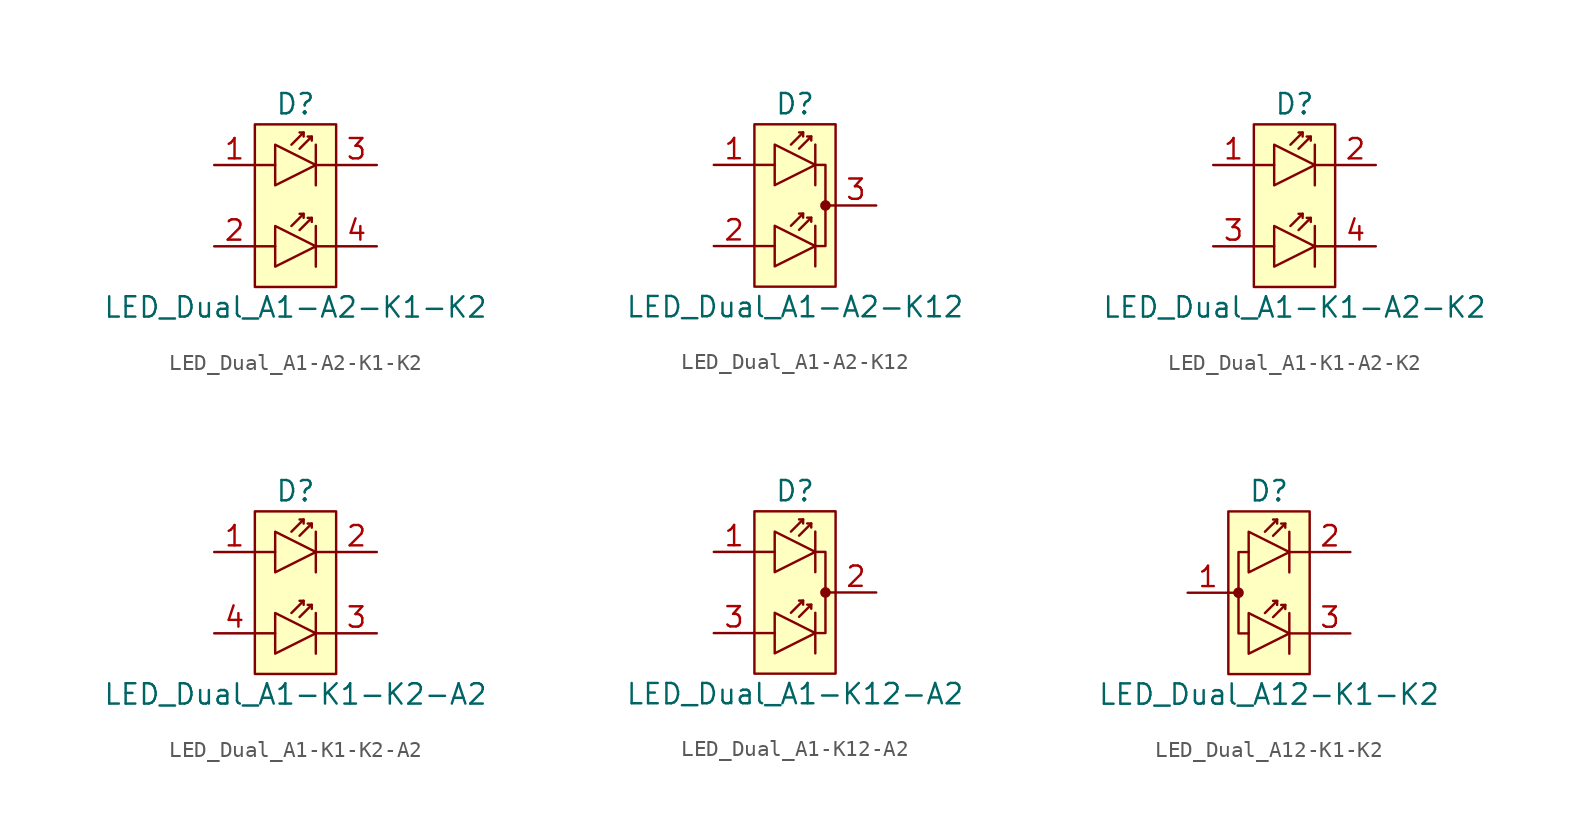
<source format=kicad_sym>
(kicad_symbol_lib
  (version 20220914)
  (generator kicad_symbol_editor)
  (symbol "LED_Dual_A1-A2-K1-K2"
    (pin_names hide)
    (property "Reference" "D"
      (at 0 6.35 0)
      (effects (font (size 1.27 1.27))))
    (property "Value" "LED_Dual_A1-A2-K1-K2"
      (at 0 -6.35 0)
      (effects (font (size 1.27 1.27))))
    (symbol "LED_Dual_A1-A2-K1-K2_1_1"
      (rectangle (start -2.54 5.08) (end 2.54 -5.08) (stroke (width 0) (type default)) (fill (type background)))
      (polyline (pts (xy -2.54 -2.54) (xy -1.27 -2.54)) (stroke (width 0) (type default)) (fill (type none)))
      (polyline (pts (xy -2.54 2.54) (xy -1.27 2.54)) (stroke (width 0) (type default)) (fill (type none)))
      (polyline (pts (xy -0.254 -1.27) (xy 0.508 -0.508)) (stroke (width 0) (type default)) (fill (type none)))
      (polyline (pts (xy -0.254 3.81) (xy 0.508 4.572)) (stroke (width 0) (type default)) (fill (type none)))
      (polyline (pts (xy 1.016 -0.762) (xy 0.254 -1.524)) (stroke (width 0) (type default)) (fill (type none)))
      (polyline (pts (xy 1.016 4.318) (xy 0.254 3.556)) (stroke (width 0) (type default)) (fill (type none)))
      (polyline (pts (xy 1.27 -2.54) (xy 2.54 -2.54)) (stroke (width 0) (type default)) (fill (type none)))
      (polyline (pts (xy 1.27 -1.27) (xy 1.27 -3.81)) (stroke (width 0) (type default)) (fill (type none)))
      (polyline (pts (xy 1.27 2.54) (xy 2.54 2.54)) (stroke (width 0) (type default)) (fill (type none)))
      (polyline (pts (xy 1.27 3.81) (xy 1.27 1.27)) (stroke (width 0) (type default)) (fill (type none)))
      (polyline (pts (xy 0.508 -0.762) (xy 0.508 -0.508) (xy 0.254 -0.508)) (stroke (width 0) (type default)) (fill (type none)))
      (polyline (pts (xy 0.508 4.318) (xy 0.508 4.572) (xy 0.254 4.572)) (stroke (width 0) (type default)) (fill (type none)))
      (polyline (pts (xy 0.762 -0.762) (xy 1.016 -0.762) (xy 1.016 -1.016)) (stroke (width 0) (type default)) (fill (type none)))
      (polyline (pts (xy 0.762 4.318) (xy 1.016 4.318) (xy 1.016 4.064)) (stroke (width 0) (type default)) (fill (type none)))
      (polyline (pts (xy 1.27 -2.54) (xy -1.27 -1.27) (xy -1.27 -3.81) (xy 1.27 -2.54)) (stroke (width 0) (type default)) (fill (type background)))
      (polyline (pts (xy 1.27 2.54) (xy -1.27 3.81) (xy -1.27 1.27) (xy 1.27 2.54)) (stroke (width 0) (type default)) (fill (type background)))
      (pin passive line (at -5.08 2.54 0) (length 2.54) (name "A" (effects (font (size 1.27 1.27)))) (number "1" (effects (font (size 1.27 1.27)))))
      (pin passive line (at -5.08 -2.54 0) (length 2.54) (name "A" (effects (font (size 1.27 1.27)))) (number "2" (effects (font (size 1.27 1.27)))))
      (pin passive line (at 5.08 2.54 180) (length 2.54) (name "K" (effects (font (size 1.27 1.27)))) (number "3" (effects (font (size 1.27 1.27)))))
      (pin passive line (at 5.08 -2.54 180) (length 2.54) (name "K" (effects (font (size 1.27 1.27)))) (number "4" (effects (font (size 1.27 1.27)))))))
  (symbol "LED_Dual_A1-A2-K12"
    (pin_names hide)
    (property "Reference" "D"
      (at 0 6.35 0)
      (effects (font (size 1.27 1.27))))
    (property "Value" "LED_Dual_A1-A2-K12"
      (at 0 -6.35 0)
      (effects (font (size 1.27 1.27))))
    (symbol "LED_Dual_A1-A2-K12_1_1"
      (rectangle (start -2.54 5.08) (end 2.54 -5.08) (stroke (width 0) (type default)) (fill (type background)))
      (polyline (pts (xy -2.54 -2.54) (xy -1.27 -2.54)) (stroke (width 0) (type default)) (fill (type none)))
      (polyline (pts (xy -2.54 2.54) (xy -1.27 2.54)) (stroke (width 0) (type default)) (fill (type none)))
      (polyline (pts (xy -0.254 -1.27) (xy 0.508 -0.508)) (stroke (width 0) (type default)) (fill (type none)))
      (polyline (pts (xy -0.254 3.81) (xy 0.508 4.572)) (stroke (width 0) (type default)) (fill (type none)))
      (polyline (pts (xy 1.016 -0.762) (xy 0.254 -1.524)) (stroke (width 0) (type default)) (fill (type none)))
      (polyline (pts (xy 1.016 4.318) (xy 0.254 3.556)) (stroke (width 0) (type default)) (fill (type none)))
      (polyline (pts (xy 1.27 -1.27) (xy 1.27 -3.81)) (stroke (width 0) (type default)) (fill (type none)))
      (polyline (pts (xy 1.27 3.81) (xy 1.27 1.27)) (stroke (width 0) (type default)) (fill (type none)))
      (polyline (pts (xy 2.54 0) (xy 1.905 0)) (stroke (width 0) (type default)) (fill (type none)))
      (polyline (pts (xy 0.508 -0.762) (xy 0.508 -0.508) (xy 0.254 -0.508)) (stroke (width 0) (type default)) (fill (type none)))
      (polyline (pts (xy 0.508 4.318) (xy 0.508 4.572) (xy 0.254 4.572)) (stroke (width 0) (type default)) (fill (type none)))
      (polyline (pts (xy 0.762 -0.762) (xy 1.016 -0.762) (xy 1.016 -1.016)) (stroke (width 0) (type default)) (fill (type none)))
      (polyline (pts (xy 0.762 4.318) (xy 1.016 4.318) (xy 1.016 4.064)) (stroke (width 0) (type default)) (fill (type none)))
      (polyline (pts (xy 1.27 -2.54) (xy -1.27 -1.27) (xy -1.27 -3.81) (xy 1.27 -2.54)) (stroke (width 0) (type default)) (fill (type background)))
      (polyline (pts (xy 1.27 2.54) (xy -1.27 3.81) (xy -1.27 1.27) (xy 1.27 2.54)) (stroke (width 0) (type default)) (fill (type background)))
      (polyline (pts (xy 1.27 2.54) (xy 1.905 2.54) (xy 1.905 -2.54) (xy 1.27 -2.54)) (stroke (width 0) (type default)) (fill (type none)))
      (circle (center 1.905 0) (radius 0.254) (stroke (width 0) (type default)) (fill (type outline)))
      (pin passive line (at -5.08 2.54 0) (length 2.54) (name "A" (effects (font (size 1.27 1.27)))) (number "1" (effects (font (size 1.27 1.27)))))
      (pin passive line (at -5.08 -2.54 0) (length 2.54) (name "A" (effects (font (size 1.27 1.27)))) (number "2" (effects (font (size 1.27 1.27)))))
      (pin passive line (at 5.08 0 180) (length 2.54) (name "K" (effects (font (size 1.27 1.27)))) (number "3" (effects (font (size 1.27 1.27)))))))
  (symbol "LED_Dual_A1-K1-A2-K2"
    (pin_names hide)
    (property "Reference" "D"
      (at 0 6.35 0)
      (effects (font (size 1.27 1.27))))
    (property "Value" "LED_Dual_A1-K1-A2-K2"
      (at 0 -6.35 0)
      (effects (font (size 1.27 1.27))))
    (symbol "LED_Dual_A1-K1-A2-K2_1_1"
      (rectangle (start -2.54 5.08) (end 2.54 -5.08) (stroke (width 0) (type default)) (fill (type background)))
      (polyline (pts (xy -2.54 -2.54) (xy -1.27 -2.54)) (stroke (width 0) (type default)) (fill (type none)))
      (polyline (pts (xy -2.54 2.54) (xy -1.27 2.54)) (stroke (width 0) (type default)) (fill (type none)))
      (polyline (pts (xy -0.254 -1.27) (xy 0.508 -0.508)) (stroke (width 0) (type default)) (fill (type none)))
      (polyline (pts (xy -0.254 3.81) (xy 0.508 4.572)) (stroke (width 0) (type default)) (fill (type none)))
      (polyline (pts (xy 1.016 -0.762) (xy 0.254 -1.524)) (stroke (width 0) (type default)) (fill (type none)))
      (polyline (pts (xy 1.016 4.318) (xy 0.254 3.556)) (stroke (width 0) (type default)) (fill (type none)))
      (polyline (pts (xy 1.27 -2.54) (xy 2.54 -2.54)) (stroke (width 0) (type default)) (fill (type none)))
      (polyline (pts (xy 1.27 -1.27) (xy 1.27 -3.81)) (stroke (width 0) (type default)) (fill (type none)))
      (polyline (pts (xy 1.27 2.54) (xy 2.54 2.54)) (stroke (width 0) (type default)) (fill (type none)))
      (polyline (pts (xy 1.27 3.81) (xy 1.27 1.27)) (stroke (width 0) (type default)) (fill (type none)))
      (polyline (pts (xy 0.508 -0.762) (xy 0.508 -0.508) (xy 0.254 -0.508)) (stroke (width 0) (type default)) (fill (type none)))
      (polyline (pts (xy 0.508 4.318) (xy 0.508 4.572) (xy 0.254 4.572)) (stroke (width 0) (type default)) (fill (type none)))
      (polyline (pts (xy 0.762 -0.762) (xy 1.016 -0.762) (xy 1.016 -1.016)) (stroke (width 0) (type default)) (fill (type none)))
      (polyline (pts (xy 0.762 4.318) (xy 1.016 4.318) (xy 1.016 4.064)) (stroke (width 0) (type default)) (fill (type none)))
      (polyline (pts (xy 1.27 -2.54) (xy -1.27 -1.27) (xy -1.27 -3.81) (xy 1.27 -2.54)) (stroke (width 0) (type default)) (fill (type background)))
      (polyline (pts (xy 1.27 2.54) (xy -1.27 3.81) (xy -1.27 1.27) (xy 1.27 2.54)) (stroke (width 0) (type default)) (fill (type background)))
      (pin passive line (at -5.08 2.54 0) (length 2.54) (name "A" (effects (font (size 1.27 1.27)))) (number "1" (effects (font (size 1.27 1.27)))))
      (pin passive line (at 5.08 2.54 180) (length 2.54) (name "K" (effects (font (size 1.27 1.27)))) (number "2" (effects (font (size 1.27 1.27)))))
      (pin passive line (at -5.08 -2.54 0) (length 2.54) (name "A" (effects (font (size 1.27 1.27)))) (number "3" (effects (font (size 1.27 1.27)))))
      (pin passive line (at 5.08 -2.54 180) (length 2.54) (name "K" (effects (font (size 1.27 1.27)))) (number "4" (effects (font (size 1.27 1.27)))))))
  (symbol "LED_Dual_A1-K1-K2-A2"
    (pin_names hide)
    (property "Reference" "D"
      (at 0 6.35 0)
      (effects (font (size 1.27 1.27))))
    (property "Value" "LED_Dual_A1-K1-K2-A2"
      (at 0 -6.35 0)
      (effects (font (size 1.27 1.27))))
    (symbol "LED_Dual_A1-K1-K2-A2_1_1"
      (rectangle (start -2.54 5.08) (end 2.54 -5.08) (stroke (width 0) (type default)) (fill (type background)))
      (polyline (pts (xy -2.54 -2.54) (xy -1.27 -2.54)) (stroke (width 0) (type default)) (fill (type none)))
      (polyline (pts (xy -2.54 2.54) (xy -1.27 2.54)) (stroke (width 0) (type default)) (fill (type none)))
      (polyline (pts (xy -0.254 -1.27) (xy 0.508 -0.508)) (stroke (width 0) (type default)) (fill (type none)))
      (polyline (pts (xy -0.254 3.81) (xy 0.508 4.572)) (stroke (width 0) (type default)) (fill (type none)))
      (polyline (pts (xy 1.016 -0.762) (xy 0.254 -1.524)) (stroke (width 0) (type default)) (fill (type none)))
      (polyline (pts (xy 1.016 4.318) (xy 0.254 3.556)) (stroke (width 0) (type default)) (fill (type none)))
      (polyline (pts (xy 1.27 -2.54) (xy 2.54 -2.54)) (stroke (width 0) (type default)) (fill (type none)))
      (polyline (pts (xy 1.27 -1.27) (xy 1.27 -3.81)) (stroke (width 0) (type default)) (fill (type none)))
      (polyline (pts (xy 1.27 2.54) (xy 2.54 2.54)) (stroke (width 0) (type default)) (fill (type none)))
      (polyline (pts (xy 1.27 3.81) (xy 1.27 1.27)) (stroke (width 0) (type default)) (fill (type none)))
      (polyline (pts (xy 0.508 -0.762) (xy 0.508 -0.508) (xy 0.254 -0.508)) (stroke (width 0) (type default)) (fill (type none)))
      (polyline (pts (xy 0.508 4.318) (xy 0.508 4.572) (xy 0.254 4.572)) (stroke (width 0) (type default)) (fill (type none)))
      (polyline (pts (xy 0.762 -0.762) (xy 1.016 -0.762) (xy 1.016 -1.016)) (stroke (width 0) (type default)) (fill (type none)))
      (polyline (pts (xy 0.762 4.318) (xy 1.016 4.318) (xy 1.016 4.064)) (stroke (width 0) (type default)) (fill (type none)))
      (polyline (pts (xy 1.27 -2.54) (xy -1.27 -1.27) (xy -1.27 -3.81) (xy 1.27 -2.54)) (stroke (width 0) (type default)) (fill (type background)))
      (polyline (pts (xy 1.27 2.54) (xy -1.27 3.81) (xy -1.27 1.27) (xy 1.27 2.54)) (stroke (width 0) (type default)) (fill (type background)))
      (pin passive line (at -5.08 2.54 0) (length 2.54) (name "A" (effects (font (size 1.27 1.27)))) (number "1" (effects (font (size 1.27 1.27)))))
      (pin passive line (at 5.08 2.54 180) (length 2.54) (name "K" (effects (font (size 1.27 1.27)))) (number "2" (effects (font (size 1.27 1.27)))))
      (pin passive line (at 5.08 -2.54 180) (length 2.54) (name "K" (effects (font (size 1.27 1.27)))) (number "3" (effects (font (size 1.27 1.27)))))
      (pin passive line (at -5.08 -2.54 0) (length 2.54) (name "A" (effects (font (size 1.27 1.27)))) (number "4" (effects (font (size 1.27 1.27)))))))
  (symbol "LED_Dual_A1-K12-A2"
    (pin_names hide)
    (property "Reference" "D"
      (at 0 6.35 0)
      (effects (font (size 1.27 1.27))))
    (property "Value" "LED_Dual_A1-K12-A2"
      (at 0 -6.35 0)
      (effects (font (size 1.27 1.27))))
    (symbol "LED_Dual_A1-K12-A2_1_1"
      (rectangle (start -2.54 5.08) (end 2.54 -5.08) (stroke (width 0) (type default)) (fill (type background)))
      (polyline (pts (xy -2.54 -2.54) (xy -1.27 -2.54)) (stroke (width 0) (type default)) (fill (type none)))
      (polyline (pts (xy -2.54 2.54) (xy -1.27 2.54)) (stroke (width 0) (type default)) (fill (type none)))
      (polyline (pts (xy -0.254 -1.27) (xy 0.508 -0.508)) (stroke (width 0) (type default)) (fill (type none)))
      (polyline (pts (xy -0.254 3.81) (xy 0.508 4.572)) (stroke (width 0) (type default)) (fill (type none)))
      (polyline (pts (xy 1.016 -0.762) (xy 0.254 -1.524)) (stroke (width 0) (type default)) (fill (type none)))
      (polyline (pts (xy 1.016 4.318) (xy 0.254 3.556)) (stroke (width 0) (type default)) (fill (type none)))
      (polyline (pts (xy 1.27 -1.27) (xy 1.27 -3.81)) (stroke (width 0) (type default)) (fill (type none)))
      (polyline (pts (xy 1.27 3.81) (xy 1.27 1.27)) (stroke (width 0) (type default)) (fill (type none)))
      (polyline (pts (xy 2.54 0) (xy 1.905 0)) (stroke (width 0) (type default)) (fill (type none)))
      (polyline (pts (xy 0.508 -0.762) (xy 0.508 -0.508) (xy 0.254 -0.508)) (stroke (width 0) (type default)) (fill (type none)))
      (polyline (pts (xy 0.508 4.318) (xy 0.508 4.572) (xy 0.254 4.572)) (stroke (width 0) (type default)) (fill (type none)))
      (polyline (pts (xy 0.762 -0.762) (xy 1.016 -0.762) (xy 1.016 -1.016)) (stroke (width 0) (type default)) (fill (type none)))
      (polyline (pts (xy 0.762 4.318) (xy 1.016 4.318) (xy 1.016 4.064)) (stroke (width 0) (type default)) (fill (type none)))
      (polyline (pts (xy 1.27 -2.54) (xy -1.27 -1.27) (xy -1.27 -3.81) (xy 1.27 -2.54)) (stroke (width 0) (type default)) (fill (type background)))
      (polyline (pts (xy 1.27 2.54) (xy -1.27 3.81) (xy -1.27 1.27) (xy 1.27 2.54)) (stroke (width 0) (type default)) (fill (type background)))
      (polyline (pts (xy 1.27 2.54) (xy 1.905 2.54) (xy 1.905 -2.54) (xy 1.27 -2.54)) (stroke (width 0) (type default)) (fill (type none)))
      (circle (center 1.905 0) (radius 0.254) (stroke (width 0) (type default)) (fill (type outline)))
      (pin passive line (at -5.08 2.54 0) (length 2.54) (name "A" (effects (font (size 1.27 1.27)))) (number "1" (effects (font (size 1.27 1.27)))))
      (pin passive line (at 5.08 0 180) (length 2.54) (name "K" (effects (font (size 1.27 1.27)))) (number "2" (effects (font (size 1.27 1.27)))))
      (pin passive line (at -5.08 -2.54 0) (length 2.54) (name "A" (effects (font (size 1.27 1.27)))) (number "3" (effects (font (size 1.27 1.27)))))))
  (symbol "LED_Dual_A12-K1-K2"
    (pin_names hide)
    (property "Reference" "D"
      (at 0 6.35 0)
      (effects (font (size 1.27 1.27))))
    (property "Value" "LED_Dual_A12-K1-K2"
      (at 0 -6.35 0)
      (effects (font (size 1.27 1.27))))
    (symbol "LED_Dual_A12-K1-K2_1_1"
      (rectangle (start -2.54 5.08) (end 2.54 -5.08) (stroke (width 0) (type default)) (fill (type background)))
      (circle (center -1.905 0) (radius 0.254) (stroke (width 0) (type default)) (fill (type outline)))
      (polyline (pts (xy -2.54 0) (xy -1.905 0)) (stroke (width 0) (type default)) (fill (type none)))
      (polyline (pts (xy -0.254 -1.27) (xy 0.508 -0.508)) (stroke (width 0) (type default)) (fill (type none)))
      (polyline (pts (xy -0.254 3.81) (xy 0.508 4.572)) (stroke (width 0) (type default)) (fill (type none)))
      (polyline (pts (xy 1.016 -0.762) (xy 0.254 -1.524)) (stroke (width 0) (type default)) (fill (type none)))
      (polyline (pts (xy 1.016 4.318) (xy 0.254 3.556)) (stroke (width 0) (type default)) (fill (type none)))
      (polyline (pts (xy 1.27 -2.54) (xy 2.54 -2.54)) (stroke (width 0) (type default)) (fill (type none)))
      (polyline (pts (xy 1.27 -1.27) (xy 1.27 -3.81)) (stroke (width 0) (type default)) (fill (type none)))
      (polyline (pts (xy 1.27 2.54) (xy 2.54 2.54)) (stroke (width 0) (type default)) (fill (type none)))
      (polyline (pts (xy 1.27 3.81) (xy 1.27 1.27)) (stroke (width 0) (type default)) (fill (type none)))
      (polyline (pts (xy 0.508 -0.762) (xy 0.508 -0.508) (xy 0.254 -0.508)) (stroke (width 0) (type default)) (fill (type none)))
      (polyline (pts (xy 0.508 4.318) (xy 0.508 4.572) (xy 0.254 4.572)) (stroke (width 0) (type default)) (fill (type none)))
      (polyline (pts (xy 0.762 -0.762) (xy 1.016 -0.762) (xy 1.016 -1.016)) (stroke (width 0) (type default)) (fill (type none)))
      (polyline (pts (xy 0.762 4.318) (xy 1.016 4.318) (xy 1.016 4.064)) (stroke (width 0) (type default)) (fill (type none)))
      (polyline (pts (xy -1.27 -2.54) (xy -1.905 -2.54) (xy -1.905 2.54) (xy -1.27 2.54)) (stroke (width 0) (type default)) (fill (type none)))
      (polyline (pts (xy 1.27 -2.54) (xy -1.27 -1.27) (xy -1.27 -3.81) (xy 1.27 -2.54)) (stroke (width 0) (type default)) (fill (type background)))
      (polyline (pts (xy 1.27 2.54) (xy -1.27 3.81) (xy -1.27 1.27) (xy 1.27 2.54)) (stroke (width 0) (type default)) (fill (type background)))
      (pin passive line (at -5.08 0 0) (length 2.54) (name "A" (effects (font (size 1.27 1.27)))) (number "1" (effects (font (size 1.27 1.27)))))
      (pin passive line (at 5.08 2.54 180) (length 2.54) (name "K" (effects (font (size 1.27 1.27)))) (number "2" (effects (font (size 1.27 1.27)))))
      (pin passive line (at 5.08 -2.54 180) (length 2.54) (name "K" (effects (font (size 1.27 1.27)))) (number "3" (effects (font (size 1.27 1.27))))))))
</source>
